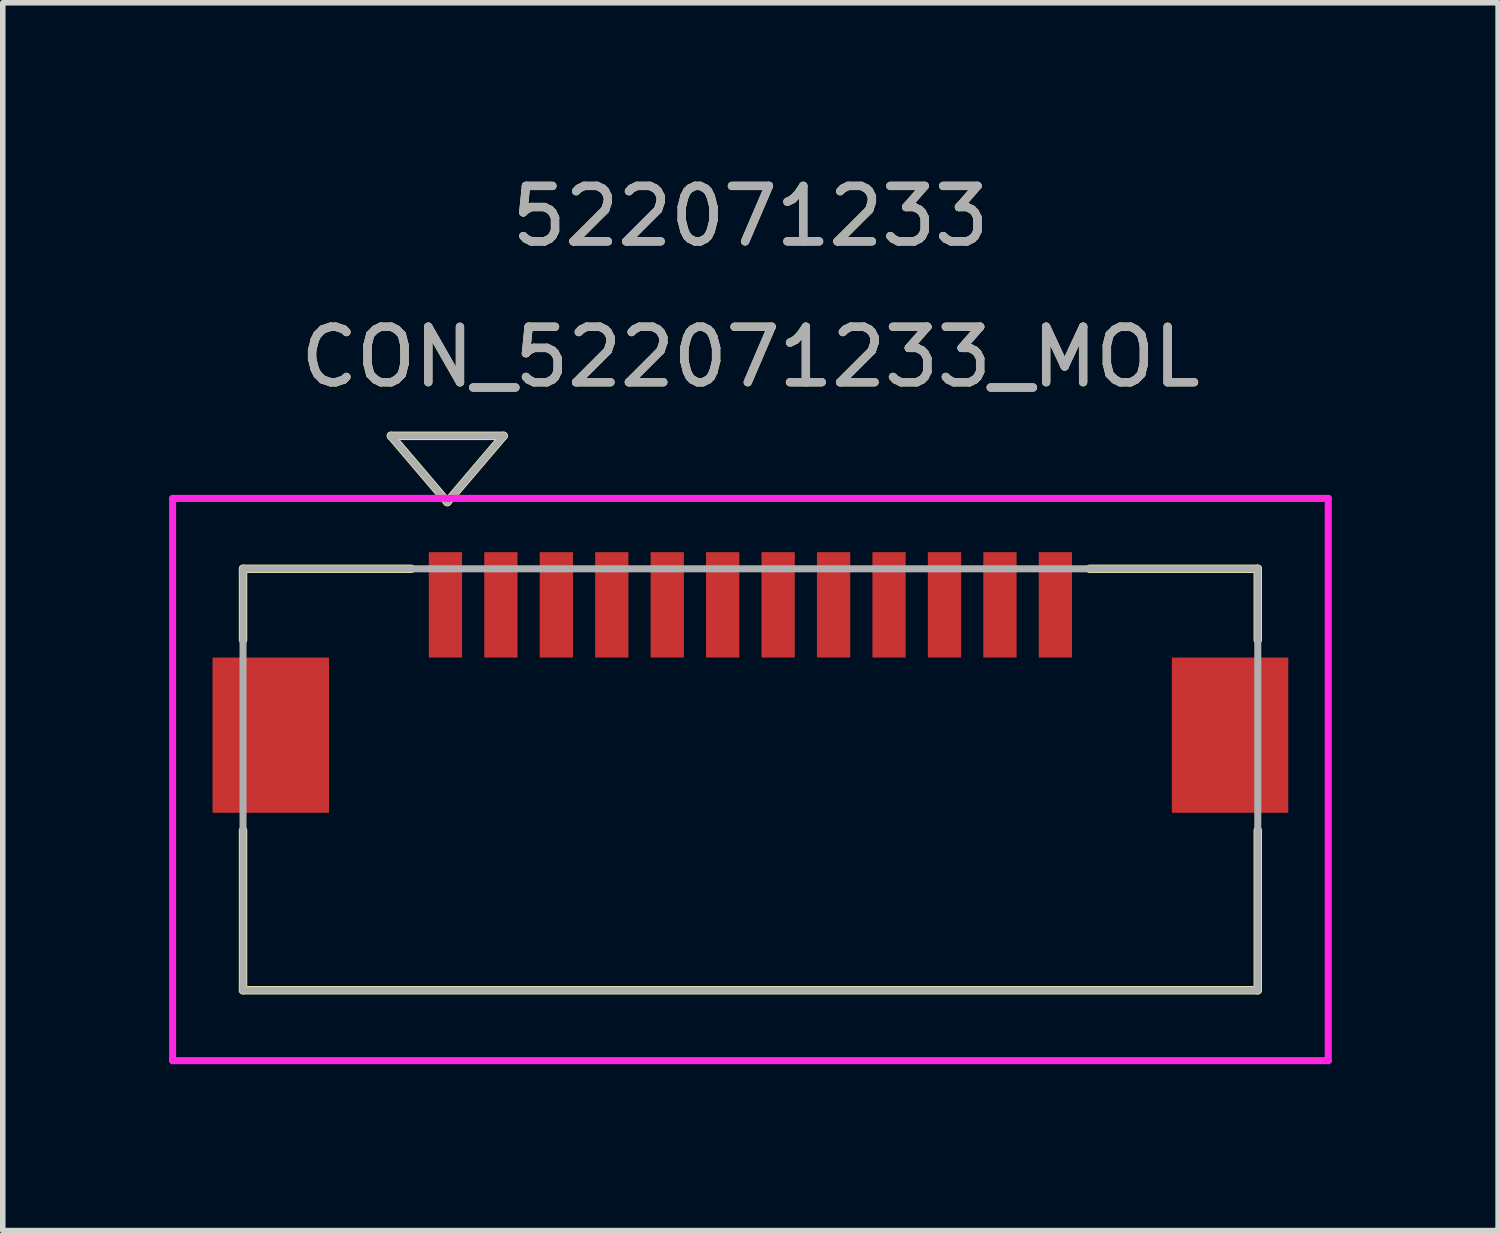
<source format=kicad_pcb>
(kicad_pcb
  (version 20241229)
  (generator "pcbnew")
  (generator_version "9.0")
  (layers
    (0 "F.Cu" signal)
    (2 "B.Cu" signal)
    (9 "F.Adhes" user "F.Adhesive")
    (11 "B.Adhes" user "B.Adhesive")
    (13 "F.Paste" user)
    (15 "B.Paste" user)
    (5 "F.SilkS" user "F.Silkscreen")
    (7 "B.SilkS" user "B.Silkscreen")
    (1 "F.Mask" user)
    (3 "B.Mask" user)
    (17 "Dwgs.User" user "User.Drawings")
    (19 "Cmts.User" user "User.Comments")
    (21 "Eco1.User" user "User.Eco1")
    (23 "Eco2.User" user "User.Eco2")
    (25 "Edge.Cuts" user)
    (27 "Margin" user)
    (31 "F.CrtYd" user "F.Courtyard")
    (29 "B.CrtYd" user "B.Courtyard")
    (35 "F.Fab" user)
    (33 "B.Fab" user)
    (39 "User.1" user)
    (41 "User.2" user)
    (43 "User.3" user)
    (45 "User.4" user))
  (footprint "CON_522071233_MOL"
    (layer "F.Cu")
    (at 10.483 11.008)
    (property "Reference" "CON_522071233_MOL" (at 0 -7.62 0) (unlocked yes) (layer "F.SilkS") (effects (font (size 1 1) (thickness 0.15))))
    (attr smd)
    (fp_line (start -9.15 -3.8) (end -9.15 -2.517) (stroke (width 0.152) (type solid)) (layer "F.SilkS"))
    (fp_line (start -9.15 0.918) (end -9.15 3.8) (stroke (width 0.152) (type solid)) (layer "F.SilkS"))
    (fp_line (start -9.15 3.8) (end 9.15 3.8) (stroke (width 0.152) (type solid)) (layer "F.SilkS"))
    (fp_line (start -6.483 -6.198) (end -5.467 -5.004) (stroke (width 0.152) (type solid)) (layer "F.SilkS"))
    (fp_line (start -6.483 -6.198) (end -4.451 -6.198) (stroke (width 0.152) (type solid)) (layer "F.SilkS"))
    (fp_line (start -6.117 -3.8) (end -9.15 -3.8) (stroke (width 0.152) (type solid)) (layer "F.SilkS"))
    (fp_line (start -4.451 -6.198) (end -5.467 -5.004) (stroke (width 0.152) (type solid)) (layer "F.SilkS"))
    (fp_line (start 9.15 -3.8) (end 6.118 -3.8) (stroke (width 0.152) (type solid)) (layer "F.SilkS"))
    (fp_line (start 9.15 -2.517) (end 9.15 -3.8) (stroke (width 0.152) (type solid)) (layer "F.SilkS"))
    (fp_line (start 9.15 3.8) (end 9.15 0.918) (stroke (width 0.152) (type solid)) (layer "F.SilkS"))
    (fp_line (start -10.42 -5.07) (end -10.42 5.07) (stroke (width 0.127) (type solid)) (layer "F.CrtYd"))
    (fp_line (start -10.42 5.07) (end 10.42 5.07) (stroke (width 0.127) (type solid)) (layer "F.CrtYd"))
    (fp_line (start 10.42 -5.07) (end -10.42 -5.07) (stroke (width 0.127) (type solid)) (layer "F.CrtYd"))
    (fp_line (start 10.42 5.07) (end 10.42 -5.07) (stroke (width 0.127) (type solid)) (layer "F.CrtYd"))
    (fp_line (start -9.15 -3.8) (end -9.15 3.8) (stroke (width 0.127) (type solid)) (layer "F.Fab"))
    (fp_line (start -9.15 3.8) (end 9.15 3.8) (stroke (width 0.127) (type solid)) (layer "F.Fab"))
    (fp_line (start -6.483 -6.198) (end -5.467 -5.004) (stroke (width 0.127) (type solid)) (layer "F.Fab"))
    (fp_line (start -6.483 -6.198) (end -4.451 -6.198) (stroke (width 0.127) (type solid)) (layer "F.Fab"))
    (fp_line (start -4.451 -6.198) (end -5.467 -5.004) (stroke (width 0.127) (type solid)) (layer "F.Fab"))
    (fp_line (start 9.15 -3.8) (end -9.15 -3.8) (stroke (width 0.127) (type solid)) (layer "F.Fab"))
    (fp_line (start 9.15 3.8) (end 9.15 -3.8) (stroke (width 0.127) (type solid)) (layer "F.Fab"))
    (fp_text user "522071233" (at 0 -10.16 0) (unlocked yes) (layer "F.SilkS") (effects (font (size 1 1) (thickness 0.15))))
    (fp_text user "522071233" (at 0 -10.16 0) (unlocked yes) (layer "F.Fab") (effects (font (size 1 1) (thickness 0.15))))
    (fp_text user "${REFERENCE}" (at 0 -7.62 0) (unlocked yes) (layer "F.Fab") (effects (font (size 1 1) (thickness 0.15))))
    (pad "1" smd rect (at -5.5 -3.15) (size 0.6 1.9) (layers "F.Cu" "F.Mask" "F.Paste"))
    (pad "2" smd rect (at -4.5 -3.15) (size 0.6 1.9) (layers "F.Cu" "F.Mask" "F.Paste"))
    (pad "3" smd rect (at -3.5 -3.15) (size 0.6 1.9) (layers "F.Cu" "F.Mask" "F.Paste"))
    (pad "4" smd rect (at -2.5 -3.15) (size 0.6 1.9) (layers "F.Cu" "F.Mask" "F.Paste"))
    (pad "5" smd rect (at -1.5 -3.15) (size 0.6 1.9) (layers "F.Cu" "F.Mask" "F.Paste"))
    (pad "6" smd rect (at -0.5 -3.15) (size 0.6 1.9) (layers "F.Cu" "F.Mask" "F.Paste"))
    (pad "7" smd rect (at 0.5 -3.15) (size 0.6 1.9) (layers "F.Cu" "F.Mask" "F.Paste"))
    (pad "8" smd rect (at 1.5 -3.15) (size 0.6 1.9) (layers "F.Cu" "F.Mask" "F.Paste"))
    (pad "9" smd rect (at 2.5 -3.15) (size 0.6 1.9) (layers "F.Cu" "F.Mask" "F.Paste"))
    (pad "10" smd rect (at 3.5 -3.15) (size 0.6 1.9) (layers "F.Cu" "F.Mask" "F.Paste"))
    (pad "11" smd rect (at 4.5 -3.15) (size 0.6 1.9) (layers "F.Cu" "F.Mask" "F.Paste"))
    (pad "12" smd rect (at 5.5 -3.15) (size 0.6 1.9) (layers "F.Cu" "F.Mask" "F.Paste"))
    (pad "P1" smd rect (at -8.65 -0.8) (size 2.1 2.8) (layers "F.Cu" "F.Mask" "F.Paste"))
    (pad "P2" smd rect (at 8.65 -0.8) (size 2.1 2.8) (layers "F.Cu" "F.Mask" "F.Paste")))
  (gr_rect
    (start -3 -3)
    (end 23.967 19.142)
    (stroke (width 0.1) (type default))
    (fill no)
    (layer "Edge.Cuts")))
</source>
